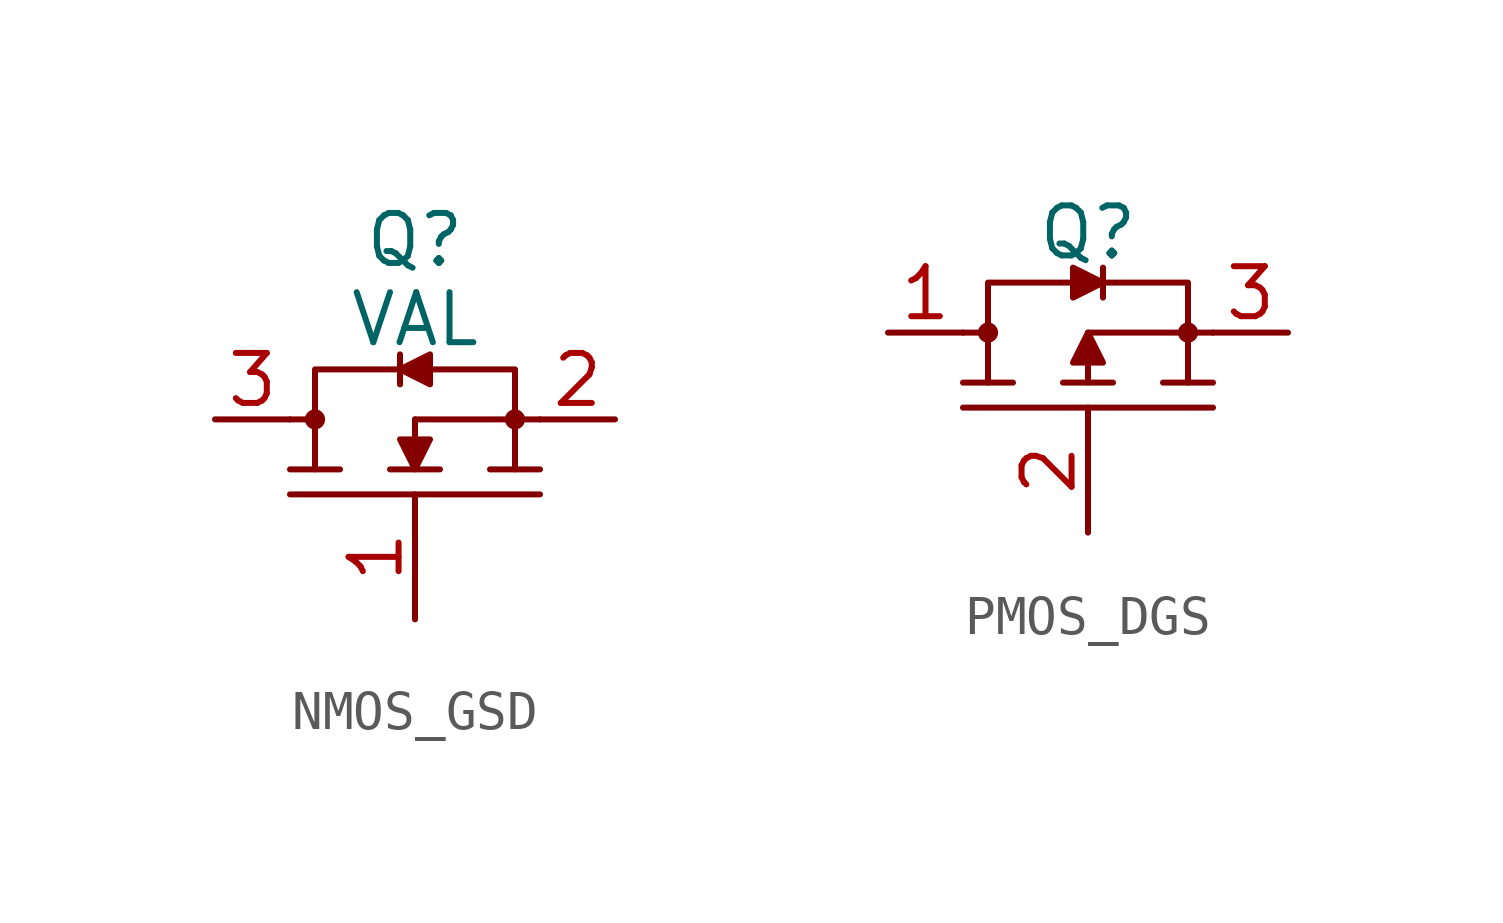
<source format=kicad_sym>
(kicad_symbol_lib
  (version 20231120)
  (generator "kicad_symbol_editor")
  (generator_version "8.0")
  (symbol "NMOS_GSD"
    (pin_names hide)
    (property "Reference" "Q"
      (at 0 3.81 0)
      (effects (font (size 1.27 1.27)) (justify bottom)))
    (property "Value" "VAL"
      (at 0 2.54 0)
      (do_not_autoplace)
      (effects (font (size 1.27 1.27))))
    (symbol "NMOS_GSD_0_1"
      (polyline (pts (xy -3.175 -1.27) (xy -1.905 -1.27)) (stroke (width 0) (type default)) (fill (type none)))
      (polyline (pts (xy -0.635 -1.27) (xy 0.635 -1.27)) (stroke (width 0) (type default)) (fill (type none)))
      (polyline (pts (xy 0 0) (xy 0 -0.508)) (stroke (width 0) (type default)) (fill (type none)))
      (polyline (pts (xy 1.905 -1.27) (xy 3.175 -1.27)) (stroke (width 0) (type default)) (fill (type none)))
      (polyline (pts (xy -2.54 -1.27) (xy -2.54 0) (xy -3.175 0)) (stroke (width 0) (type default)) (fill (type none)))
      (polyline (pts (xy 2.54 -1.27) (xy 2.54 0) (xy 3.175 0)) (stroke (width 0) (type default)) (fill (type none))))
    (symbol "NMOS_GSD_1_0"
      (pin passive line (at 0 -5.08 90) (length 3.175) (name "" (effects (font (size 1.27 1.27)))) (number "1" (effects (font (size 1.27 1.27)))))
      (pin passive line (at 5.08 0 180) (length 1.905) (name "" (effects (font (size 1.27 1.27)))) (number "2" (effects (font (size 1.27 1.27)))))
      (pin passive line (at -5.08 0 0) (length 1.905) (name "" (effects (font (size 1.27 1.27)))) (number "3" (effects (font (size 1.27 1.27))))))
    (symbol "NMOS_GSD_1_1"
      (circle (center -2.54 0) (radius 0.18) (stroke (width 0) (type default)) (fill (type outline)))
      (polyline (pts (xy -3.175 -1.905) (xy 3.175 -1.905)) (stroke (width 0) (type default)) (fill (type none)))
      (polyline (pts (xy -0.381 1.651) (xy -0.381 0.889)) (stroke (width 0) (type default)) (fill (type none)))
      (polyline (pts (xy 0 0) (xy 2.54 0)) (stroke (width 0) (type default)) (fill (type none)))
      (polyline (pts (xy -2.54 0) (xy -2.54 1.27) (xy -0.381 1.27)) (stroke (width 0) (type default)) (fill (type none)))
      (polyline (pts (xy 0.381 1.27) (xy 2.54 1.27) (xy 2.54 0)) (stroke (width 0) (type default)) (fill (type none)))
      (polyline (pts (xy -0.381 1.27) (xy 0.381 0.889) (xy 0.381 1.651) (xy -0.381 1.27)) (stroke (width 0) (type default)) (fill (type outline)))
      (polyline (pts (xy 0 -1.27) (xy 0.381 -0.508) (xy -0.381 -0.508) (xy 0 -1.27)) (stroke (width 0) (type default)) (fill (type outline)))
      (circle (center 2.54 0) (radius 0.18) (stroke (width 0) (type default)) (fill (type outline)))))
  (symbol "PMOS_DGS"
    (property "Reference" "Q"
      (at 0 2.54 0)
      (effects (font (size 1.27 1.27))))
    (property "Value" ""
      (at 0 0 0)
      (effects (font (size 1.27 1.27))))
    (symbol "PMOS_DGS_0_1"
      (polyline (pts (xy -3.175 -1.27) (xy -1.905 -1.27)) (stroke (width 0) (type default)) (fill (type none)))
      (polyline (pts (xy -0.635 -1.27) (xy 0.635 -1.27)) (stroke (width 0) (type default)) (fill (type none)))
      (polyline (pts (xy 0 -0.635) (xy 0 -1.27)) (stroke (width 0) (type default)) (fill (type none)))
      (polyline (pts (xy 1.905 -1.27) (xy 3.175 -1.27)) (stroke (width 0) (type default)) (fill (type none)))
      (polyline (pts (xy -2.54 -1.27) (xy -2.54 0) (xy -3.175 0)) (stroke (width 0) (type default)) (fill (type none)))
      (polyline (pts (xy 2.54 -1.27) (xy 2.54 0) (xy 3.175 0)) (stroke (width 0) (type default)) (fill (type none))))
    (symbol "PMOS_DGS_1_0"
      (pin passive line (at -5.08 0 0) (length 1.905) (name "" (effects (font (size 1.27 1.27)))) (number "1" (effects (font (size 1.27 1.27)))))
      (pin passive line (at 0 -5.08 90) (length 3.175) (name "" (effects (font (size 1.27 1.27)))) (number "2" (effects (font (size 1.27 1.27)))))
      (pin passive line (at 5.08 0 180) (length 1.905) (name "" (effects (font (size 1.27 1.27)))) (number "3" (effects (font (size 1.27 1.27))))))
    (symbol "PMOS_DGS_1_1"
      (circle (center -2.54 0) (radius 0.18) (stroke (width 0) (type default)) (fill (type outline)))
      (polyline (pts (xy -3.175 -1.905) (xy 3.175 -1.905)) (stroke (width 0) (type default)) (fill (type none)))
      (polyline (pts (xy 0 0) (xy 2.54 0)) (stroke (width 0) (type default)) (fill (type none)))
      (polyline (pts (xy 0.381 1.651) (xy 0.381 0.889)) (stroke (width 0) (type default)) (fill (type none)))
      (polyline (pts (xy -2.54 0) (xy -2.54 1.27) (xy -0.381 1.27)) (stroke (width 0) (type default)) (fill (type none)))
      (polyline (pts (xy 0.381 1.27) (xy 2.54 1.27) (xy 2.54 0)) (stroke (width 0) (type default)) (fill (type none)))
      (polyline (pts (xy 0 0) (xy -0.381 -0.762) (xy 0.381 -0.762) (xy 0 0)) (stroke (width 0) (type default)) (fill (type outline)))
      (polyline (pts (xy 0.381 1.27) (xy -0.381 1.651) (xy -0.381 0.889) (xy 0.381 1.27)) (stroke (width 0) (type default)) (fill (type outline)))
      (circle (center 2.54 0) (radius 0.18) (stroke (width 0) (type default)) (fill (type outline))))))
</source>
